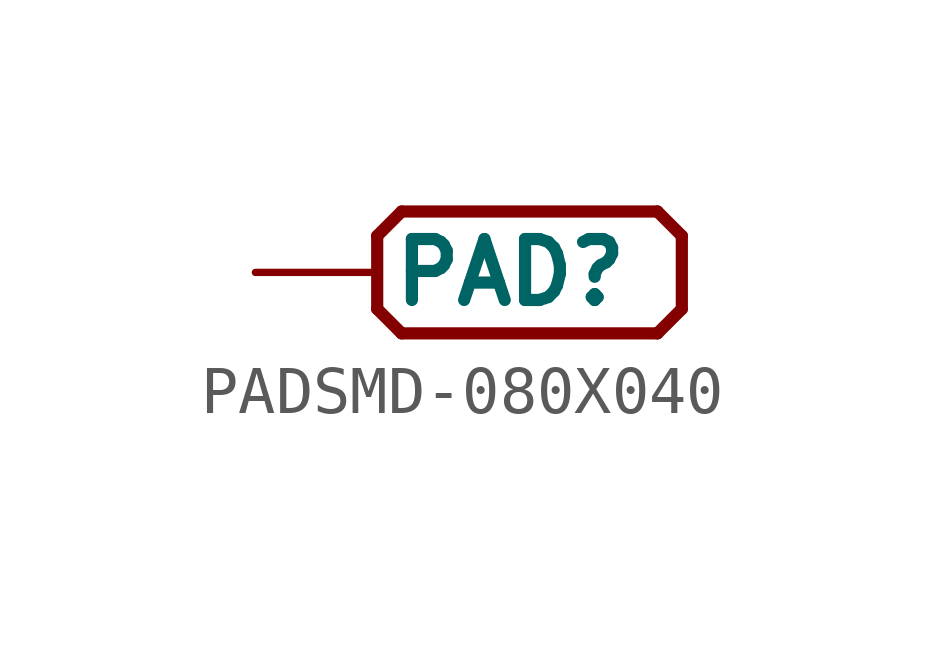
<source format=kicad_sym>
(kicad_symbol_lib
  (version 20211014)
  (generator kicad_symbol_editor)
  (symbol "PADSMD-080X040"
    (property "Reference" "PAD"
      (at -2.286 0 0)
      (effects (font (size 1.27 1.27) bold) (justify left)))
    (property "ki_locked" ""
      (at 0 0 0)
      (effects (font (size 1.27 1.27))))
    (symbol "PADSMD-080X040_1_0"
      (polyline (pts (xy -2.54 -0.762) (xy -2.54 0.762)) (stroke (width 0.254) (type default) (color 0 0 0 0)) (fill (type none)))
      (polyline (pts (xy -2.54 0.762) (xy -2.032 1.27)) (stroke (width 0.254) (type default) (color 0 0 0 0)) (fill (type none)))
      (polyline (pts (xy -2.032 -1.27) (xy -2.54 -0.762)) (stroke (width 0.254) (type default) (color 0 0 0 0)) (fill (type none)))
      (polyline (pts (xy -2.032 1.27) (xy 3.302 1.27)) (stroke (width 0.254) (type default) (color 0 0 0 0)) (fill (type none)))
      (polyline (pts (xy 3.302 -1.27) (xy -2.032 -1.27)) (stroke (width 0.254) (type default) (color 0 0 0 0)) (fill (type none)))
      (polyline (pts (xy 3.302 1.27) (xy 3.81 0.762)) (stroke (width 0.254) (type default) (color 0 0 0 0)) (fill (type none)))
      (polyline (pts (xy 3.81 -0.762) (xy 3.302 -1.27)) (stroke (width 0.254) (type default) (color 0 0 0 0)) (fill (type none)))
      (polyline (pts (xy 3.81 0.762) (xy 3.81 -0.762)) (stroke (width 0.254) (type default) (color 0 0 0 0)) (fill (type none)))
      (pin bidirectional line (at -5.08 0 0) (length 2.54) (name "PAD" (effects (font (size 0 0)))) (number "1" (effects (font (size 0 0))))))))
</source>
